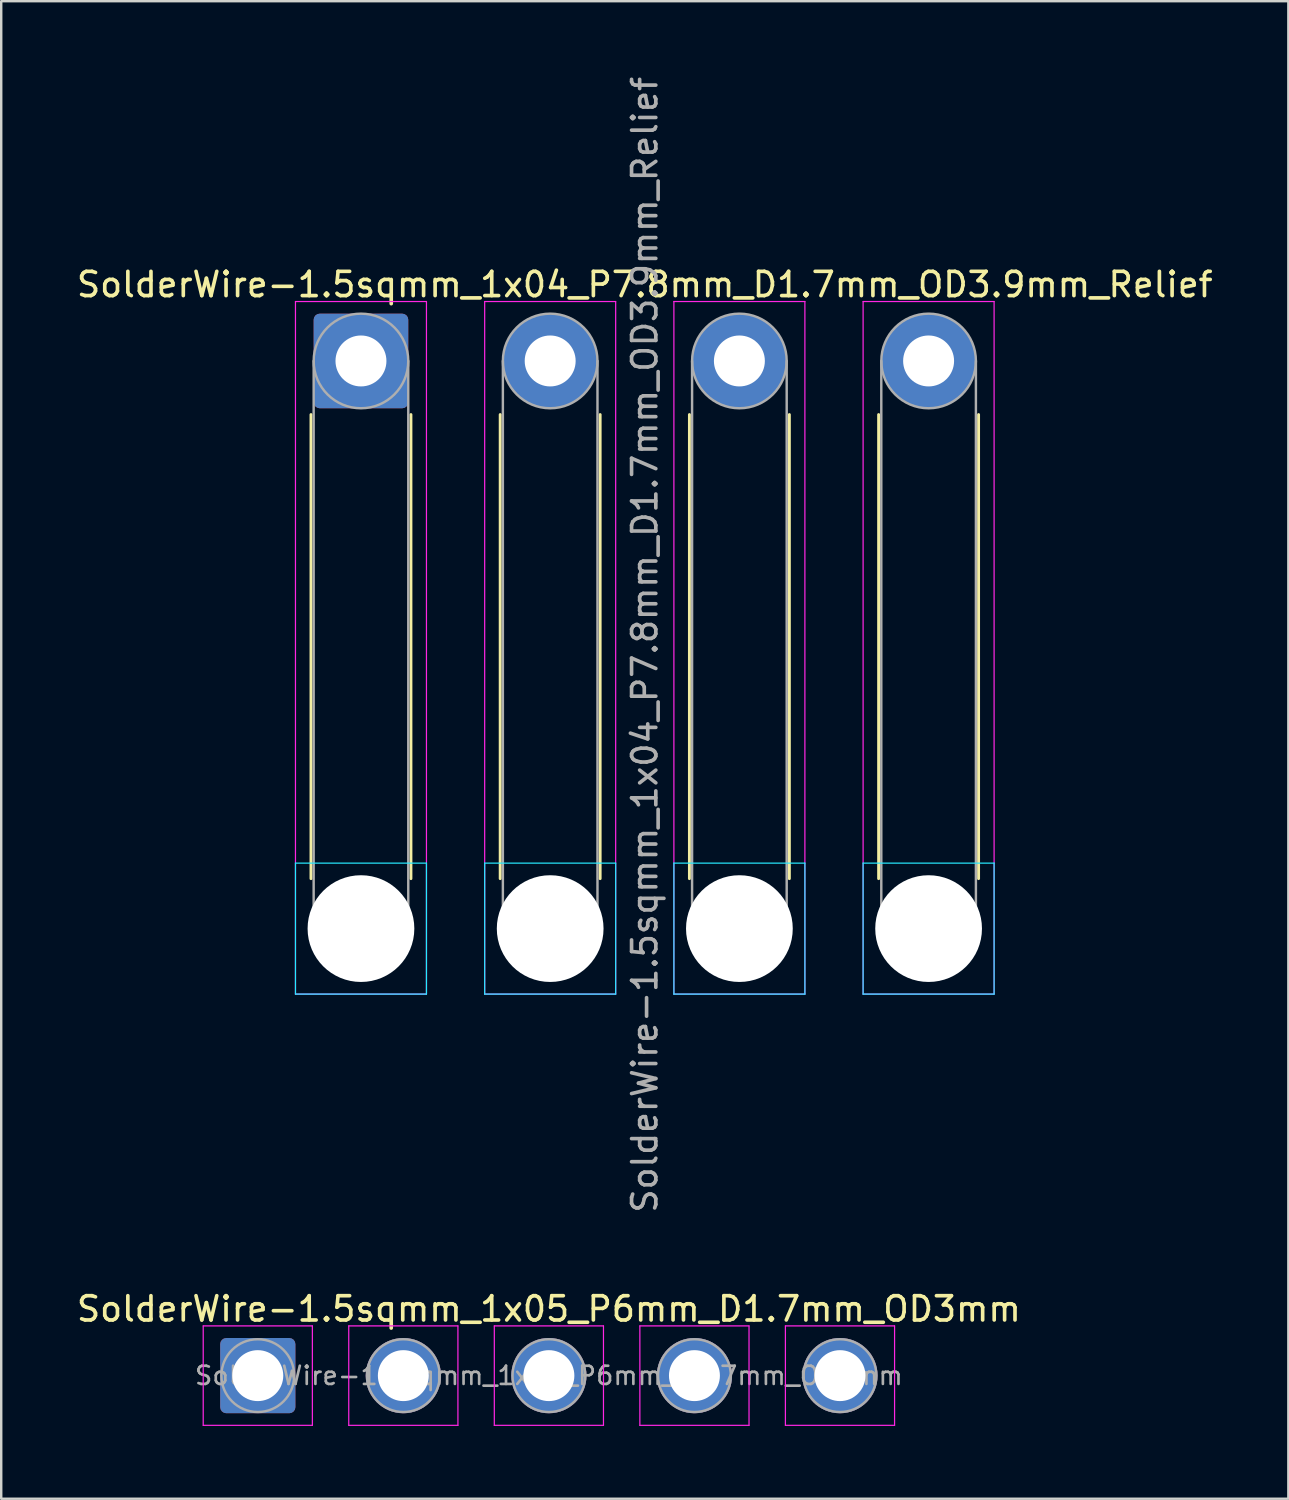
<source format=kicad_pcb>
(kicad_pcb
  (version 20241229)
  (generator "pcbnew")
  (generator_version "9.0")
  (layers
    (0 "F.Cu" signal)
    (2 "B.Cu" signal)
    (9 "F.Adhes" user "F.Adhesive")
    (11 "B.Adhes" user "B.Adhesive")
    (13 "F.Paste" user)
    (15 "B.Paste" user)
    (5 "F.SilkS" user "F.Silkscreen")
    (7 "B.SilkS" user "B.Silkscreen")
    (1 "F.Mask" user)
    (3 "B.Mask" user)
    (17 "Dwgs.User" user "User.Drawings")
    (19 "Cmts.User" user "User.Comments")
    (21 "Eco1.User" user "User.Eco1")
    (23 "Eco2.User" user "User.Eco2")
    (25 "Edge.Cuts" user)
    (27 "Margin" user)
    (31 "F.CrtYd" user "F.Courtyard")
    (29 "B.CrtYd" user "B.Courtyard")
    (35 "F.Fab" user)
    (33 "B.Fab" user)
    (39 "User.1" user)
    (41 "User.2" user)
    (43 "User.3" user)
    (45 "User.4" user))
  (footprint "SolderWire-1.5sqmm_1x05_P6mm_D1.7mm_OD3mm"
    (layer "F.Cu")
    (at 7.577 53.658)
    (property "Reference" "SolderWire-1.5sqmm_1x05_P6mm_D1.7mm_OD3mm" (at 12 -2.75 0) (layer "F.SilkS") (effects (font (size 1 1) (thickness 0.15))))
    (attr exclude_from_pos_files exclude_from_bom)
    (fp_line (start -2.25 -2.05) (end -2.25 2.05) (stroke (width 0.05) (type solid)) (layer "F.CrtYd"))
    (fp_line (start -2.25 2.05) (end 2.25 2.05) (stroke (width 0.05) (type solid)) (layer "F.CrtYd"))
    (fp_line (start 2.25 -2.05) (end -2.25 -2.05) (stroke (width 0.05) (type solid)) (layer "F.CrtYd"))
    (fp_line (start 2.25 2.05) (end 2.25 -2.05) (stroke (width 0.05) (type solid)) (layer "F.CrtYd"))
    (fp_line (start 3.75 -2.05) (end 3.75 2.05) (stroke (width 0.05) (type solid)) (layer "F.CrtYd"))
    (fp_line (start 3.75 2.05) (end 8.25 2.05) (stroke (width 0.05) (type solid)) (layer "F.CrtYd"))
    (fp_line (start 8.25 -2.05) (end 3.75 -2.05) (stroke (width 0.05) (type solid)) (layer "F.CrtYd"))
    (fp_line (start 8.25 2.05) (end 8.25 -2.05) (stroke (width 0.05) (type solid)) (layer "F.CrtYd"))
    (fp_line (start 9.75 -2.05) (end 9.75 2.05) (stroke (width 0.05) (type solid)) (layer "F.CrtYd"))
    (fp_line (start 9.75 2.05) (end 14.25 2.05) (stroke (width 0.05) (type solid)) (layer "F.CrtYd"))
    (fp_line (start 14.25 -2.05) (end 9.75 -2.05) (stroke (width 0.05) (type solid)) (layer "F.CrtYd"))
    (fp_line (start 14.25 2.05) (end 14.25 -2.05) (stroke (width 0.05) (type solid)) (layer "F.CrtYd"))
    (fp_line (start 15.75 -2.05) (end 15.75 2.05) (stroke (width 0.05) (type solid)) (layer "F.CrtYd"))
    (fp_line (start 15.75 2.05) (end 20.25 2.05) (stroke (width 0.05) (type solid)) (layer "F.CrtYd"))
    (fp_line (start 20.25 -2.05) (end 15.75 -2.05) (stroke (width 0.05) (type solid)) (layer "F.CrtYd"))
    (fp_line (start 20.25 2.05) (end 20.25 -2.05) (stroke (width 0.05) (type solid)) (layer "F.CrtYd"))
    (fp_line (start 21.75 -2.05) (end 21.75 2.05) (stroke (width 0.05) (type solid)) (layer "F.CrtYd"))
    (fp_line (start 21.75 2.05) (end 26.25 2.05) (stroke (width 0.05) (type solid)) (layer "F.CrtYd"))
    (fp_line (start 26.25 -2.05) (end 21.75 -2.05) (stroke (width 0.05) (type solid)) (layer "F.CrtYd"))
    (fp_line (start 26.25 2.05) (end 26.25 -2.05) (stroke (width 0.05) (type solid)) (layer "F.CrtYd"))
    (fp_circle (center 0 0) (end 1.5 0) (stroke (width 0.1) (type solid)) (fill no) (layer "F.Fab"))
    (fp_circle (center 6 0) (end 7.5 0) (stroke (width 0.1) (type solid)) (fill no) (layer "F.Fab"))
    (fp_circle (center 12 0) (end 13.5 0) (stroke (width 0.1) (type solid)) (fill no) (layer "F.Fab"))
    (fp_circle (center 18 0) (end 19.5 0) (stroke (width 0.1) (type solid)) (fill no) (layer "F.Fab"))
    (fp_circle (center 24 0) (end 25.5 0) (stroke (width 0.1) (type solid)) (fill no) (layer "F.Fab"))
    (fp_text user "${REFERENCE}" (at 12 0 0) (layer "F.Fab") (effects (font (size 0.75 0.75) (thickness 0.11))))
    (pad "1" thru_hole roundrect (at 0 0) (size 3.1 3.1) (drill 2.1) (layers "*.Cu" "*.Mask") (roundrect_rratio 0.081))
    (pad "2" thru_hole circle (at 6 0) (size 3.1 3.1) (drill 2.1) (layers "*.Cu" "*.Mask"))
    (pad "3" thru_hole circle (at 12 0) (size 3.1 3.1) (drill 2.1) (layers "*.Cu" "*.Mask"))
    (pad "4" thru_hole circle (at 18 0) (size 3.1 3.1) (drill 2.1) (layers "*.Cu" "*.Mask"))
    (pad "5" thru_hole circle (at 24 0) (size 3.1 3.1) (drill 2.1) (layers "*.Cu" "*.Mask")))
  (footprint "SolderWire-1.5sqmm_1x04_P7.8mm_D1.7mm_OD3.9mm_Relief"
    (layer "F.Cu")
    (at 11.83 11.83)
    (property "Reference" "SolderWire-1.5sqmm_1x04_P7.8mm_D1.7mm_OD3.9mm_Relief" (at 11.7 -3.15 0) (layer "F.SilkS") (effects (font (size 1 1) (thickness 0.15))))
    (attr exclude_from_pos_files exclude_from_bom)
    (fp_line (start -2.06 2.21) (end -2.06 21.34) (stroke (width 0.12) (type solid)) (layer "F.SilkS"))
    (fp_line (start 2.06 2.21) (end 2.06 21.34) (stroke (width 0.12) (type solid)) (layer "F.SilkS"))
    (fp_line (start 5.74 2.21) (end 5.74 21.34) (stroke (width 0.12) (type solid)) (layer "F.SilkS"))
    (fp_line (start 9.86 2.21) (end 9.86 21.34) (stroke (width 0.12) (type solid)) (layer "F.SilkS"))
    (fp_line (start 13.54 2.21) (end 13.54 21.34) (stroke (width 0.12) (type solid)) (layer "F.SilkS"))
    (fp_line (start 17.66 2.21) (end 17.66 21.34) (stroke (width 0.12) (type solid)) (layer "F.SilkS"))
    (fp_line (start 21.34 2.21) (end 21.34 21.34) (stroke (width 0.12) (type solid)) (layer "F.SilkS"))
    (fp_line (start 25.46 2.21) (end 25.46 21.34) (stroke (width 0.12) (type solid)) (layer "F.SilkS"))
    (fp_line (start -2.7 20.7) (end -2.7 26.1) (stroke (width 0.05) (type solid)) (layer "B.CrtYd"))
    (fp_line (start -2.7 26.1) (end 2.7 26.1) (stroke (width 0.05) (type solid)) (layer "B.CrtYd"))
    (fp_line (start 2.7 20.7) (end -2.7 20.7) (stroke (width 0.05) (type solid)) (layer "B.CrtYd"))
    (fp_line (start 2.7 26.1) (end 2.7 20.7) (stroke (width 0.05) (type solid)) (layer "B.CrtYd"))
    (fp_line (start 5.1 20.7) (end 5.1 26.1) (stroke (width 0.05) (type solid)) (layer "B.CrtYd"))
    (fp_line (start 5.1 26.1) (end 10.5 26.1) (stroke (width 0.05) (type solid)) (layer "B.CrtYd"))
    (fp_line (start 10.5 20.7) (end 5.1 20.7) (stroke (width 0.05) (type solid)) (layer "B.CrtYd"))
    (fp_line (start 10.5 26.1) (end 10.5 20.7) (stroke (width 0.05) (type solid)) (layer "B.CrtYd"))
    (fp_line (start 12.9 20.7) (end 12.9 26.1) (stroke (width 0.05) (type solid)) (layer "B.CrtYd"))
    (fp_line (start 12.9 26.1) (end 18.3 26.1) (stroke (width 0.05) (type solid)) (layer "B.CrtYd"))
    (fp_line (start 18.3 20.7) (end 12.9 20.7) (stroke (width 0.05) (type solid)) (layer "B.CrtYd"))
    (fp_line (start 18.3 26.1) (end 18.3 20.7) (stroke (width 0.05) (type solid)) (layer "B.CrtYd"))
    (fp_line (start 20.7 20.7) (end 20.7 26.1) (stroke (width 0.05) (type solid)) (layer "B.CrtYd"))
    (fp_line (start 20.7 26.1) (end 26.1 26.1) (stroke (width 0.05) (type solid)) (layer "B.CrtYd"))
    (fp_line (start 26.1 20.7) (end 20.7 20.7) (stroke (width 0.05) (type solid)) (layer "B.CrtYd"))
    (fp_line (start 26.1 26.1) (end 26.1 20.7) (stroke (width 0.05) (type solid)) (layer "B.CrtYd"))
    (fp_line (start -2.7 -2.45) (end -2.7 26.1) (stroke (width 0.05) (type solid)) (layer "F.CrtYd"))
    (fp_line (start -2.7 26.1) (end 2.7 26.1) (stroke (width 0.05) (type solid)) (layer "F.CrtYd"))
    (fp_line (start 2.7 -2.45) (end -2.7 -2.45) (stroke (width 0.05) (type solid)) (layer "F.CrtYd"))
    (fp_line (start 2.7 26.1) (end 2.7 -2.45) (stroke (width 0.05) (type solid)) (layer "F.CrtYd"))
    (fp_line (start 5.1 -2.45) (end 5.1 26.1) (stroke (width 0.05) (type solid)) (layer "F.CrtYd"))
    (fp_line (start 5.1 26.1) (end 10.5 26.1) (stroke (width 0.05) (type solid)) (layer "F.CrtYd"))
    (fp_line (start 10.5 -2.45) (end 5.1 -2.45) (stroke (width 0.05) (type solid)) (layer "F.CrtYd"))
    (fp_line (start 10.5 26.1) (end 10.5 -2.45) (stroke (width 0.05) (type solid)) (layer "F.CrtYd"))
    (fp_line (start 12.9 -2.45) (end 12.9 26.1) (stroke (width 0.05) (type solid)) (layer "F.CrtYd"))
    (fp_line (start 12.9 26.1) (end 18.3 26.1) (stroke (width 0.05) (type solid)) (layer "F.CrtYd"))
    (fp_line (start 18.3 -2.45) (end 12.9 -2.45) (stroke (width 0.05) (type solid)) (layer "F.CrtYd"))
    (fp_line (start 18.3 26.1) (end 18.3 -2.45) (stroke (width 0.05) (type solid)) (layer "F.CrtYd"))
    (fp_line (start 20.7 -2.45) (end 20.7 26.1) (stroke (width 0.05) (type solid)) (layer "F.CrtYd"))
    (fp_line (start 20.7 26.1) (end 26.1 26.1) (stroke (width 0.05) (type solid)) (layer "F.CrtYd"))
    (fp_line (start 26.1 -2.45) (end 20.7 -2.45) (stroke (width 0.05) (type solid)) (layer "F.CrtYd"))
    (fp_line (start 26.1 26.1) (end 26.1 -2.45) (stroke (width 0.05) (type solid)) (layer "F.CrtYd"))
    (fp_line (start -1.95 0) (end -1.95 23.4) (stroke (width 0.1) (type solid)) (layer "F.Fab"))
    (fp_line (start 1.95 0) (end 1.95 23.4) (stroke (width 0.1) (type solid)) (layer "F.Fab"))
    (fp_line (start 5.85 0) (end 5.85 23.4) (stroke (width 0.1) (type solid)) (layer "F.Fab"))
    (fp_line (start 9.75 0) (end 9.75 23.4) (stroke (width 0.1) (type solid)) (layer "F.Fab"))
    (fp_line (start 13.65 0) (end 13.65 23.4) (stroke (width 0.1) (type solid)) (layer "F.Fab"))
    (fp_line (start 17.55 0) (end 17.55 23.4) (stroke (width 0.1) (type solid)) (layer "F.Fab"))
    (fp_line (start 21.45 0) (end 21.45 23.4) (stroke (width 0.1) (type solid)) (layer "F.Fab"))
    (fp_line (start 25.35 0) (end 25.35 23.4) (stroke (width 0.1) (type solid)) (layer "F.Fab"))
    (fp_circle (center 0 0) (end 1.95 0) (stroke (width 0.1) (type solid)) (fill no) (layer "F.Fab"))
    (fp_circle (center 0 23.4) (end 1.95 23.4) (stroke (width 0.1) (type solid)) (fill no) (layer "F.Fab"))
    (fp_circle (center 7.8 0) (end 9.75 0) (stroke (width 0.1) (type solid)) (fill no) (layer "F.Fab"))
    (fp_circle (center 7.8 23.4) (end 9.75 23.4) (stroke (width 0.1) (type solid)) (fill no) (layer "F.Fab"))
    (fp_circle (center 15.6 0) (end 17.55 0) (stroke (width 0.1) (type solid)) (fill no) (layer "F.Fab"))
    (fp_circle (center 15.6 23.4) (end 17.55 23.4) (stroke (width 0.1) (type solid)) (fill no) (layer "F.Fab"))
    (fp_circle (center 23.4 0) (end 25.35 0) (stroke (width 0.1) (type solid)) (fill no) (layer "F.Fab"))
    (fp_circle (center 23.4 23.4) (end 25.35 23.4) (stroke (width 0.1) (type solid)) (fill no) (layer "F.Fab"))
    (fp_text user "${REFERENCE}" (at 11.7 11.7 90) (layer "F.Fab") (effects (font (size 1 1) (thickness 0.15))))
    (pad "" np_thru_hole circle (at 0 23.4) (size 4.4 4.4) (drill 4.4) (layers "*.Cu" "*.Mask"))
    (pad "" np_thru_hole circle (at 7.8 23.4) (size 4.4 4.4) (drill 4.4) (layers "*.Cu" "*.Mask"))
    (pad "" np_thru_hole circle (at 15.6 23.4) (size 4.4 4.4) (drill 4.4) (layers "*.Cu" "*.Mask"))
    (pad "" np_thru_hole circle (at 23.4 23.4) (size 4.4 4.4) (drill 4.4) (layers "*.Cu" "*.Mask"))
    (pad "1" thru_hole roundrect (at 0 0) (size 3.9 3.9) (drill 2.1) (layers "*.Cu" "*.Mask") (roundrect_rratio 0.064))
    (pad "2" thru_hole circle (at 7.8 0) (size 3.9 3.9) (drill 2.1) (layers "*.Cu" "*.Mask"))
    (pad "3" thru_hole circle (at 15.6 0) (size 3.9 3.9) (drill 2.1) (layers "*.Cu" "*.Mask"))
    (pad "4" thru_hole circle (at 23.4 0) (size 3.9 3.9) (drill 2.1) (layers "*.Cu" "*.Mask")))
  (gr_rect
    (start -3 -3)
    (end 50.06 58.733)
    (stroke (width 0.1) (type default))
    (fill no)
    (layer "Edge.Cuts")))
</source>
